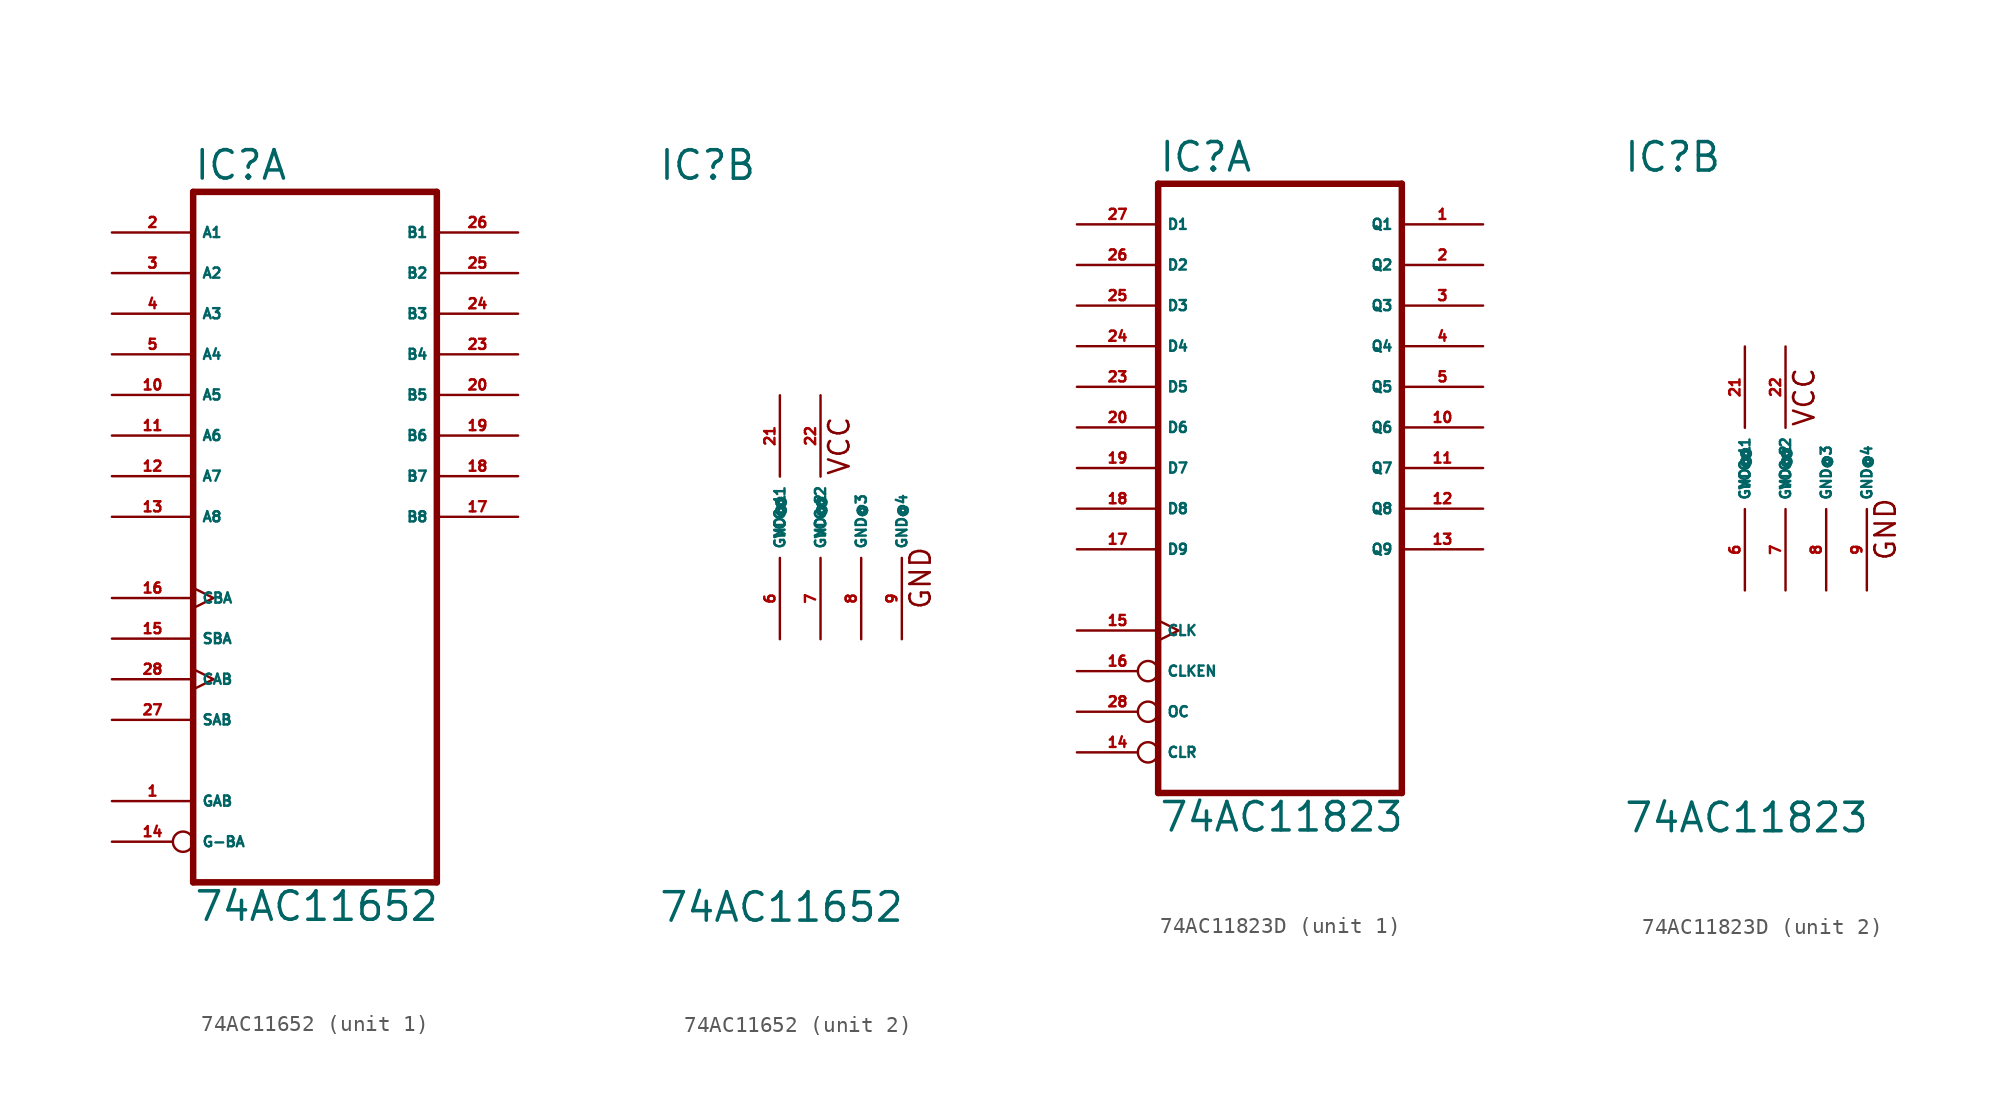
<source format=kicad_sym>
(kicad_symbol_lib
  (version 20220914)
  (generator Eagle2Kicad)
  (symbol "74AC11652"
    (property "Reference" "IC"
      (at -7.62 20.955 0)
      (effects (font (size 1.778 1.778) (thickness 0.22)) (justify left bottom)))
    (property "Value" "74AC11652"
      (at -7.62 -25.4 0)
      (effects (font (size 1.778 1.778) (thickness 0.22)) (justify left bottom)))
    (symbol "74AC11652_1_0"
      (polyline (pts (xy -7.62 -22.86) (xy 7.62 -22.86)) (stroke (width 0.406) (type default)) (fill (type none)))
      (polyline (pts (xy 7.62 20.32) (xy 7.62 -22.86)) (stroke (width 0.406) (type default)) (fill (type none)))
      (polyline (pts (xy 7.62 20.32) (xy -7.62 20.32)) (stroke (width 0.406) (type default)) (fill (type none)))
      (polyline (pts (xy -7.62 -22.86) (xy -7.62 20.32)) (stroke (width 0.406) (type default)) (fill (type none)))
      (pin bidirectional line (at -12.7 17.78 0) (length 5.08) (name "A1" (effects (font (size 0.635 0.635) (thickness 0.08)) (justify left bottom))) (number "2" (effects (font (size 0.635 0.635) (thickness 0.08)) (justify left bottom))))
      (pin bidirectional line (at -12.7 15.24 0) (length 5.08) (name "A2" (effects (font (size 0.635 0.635) (thickness 0.08)) (justify left bottom))) (number "3" (effects (font (size 0.635 0.635) (thickness 0.08)) (justify left bottom))))
      (pin bidirectional line (at -12.7 12.7 0) (length 5.08) (name "A3" (effects (font (size 0.635 0.635) (thickness 0.08)) (justify left bottom))) (number "4" (effects (font (size 0.635 0.635) (thickness 0.08)) (justify left bottom))))
      (pin bidirectional line (at -12.7 10.16 0) (length 5.08) (name "A4" (effects (font (size 0.635 0.635) (thickness 0.08)) (justify left bottom))) (number "5" (effects (font (size 0.635 0.635) (thickness 0.08)) (justify left bottom))))
      (pin bidirectional line (at -12.7 7.62 0) (length 5.08) (name "A5" (effects (font (size 0.635 0.635) (thickness 0.08)) (justify left bottom))) (number "10" (effects (font (size 0.635 0.635) (thickness 0.08)) (justify left bottom))))
      (pin bidirectional line (at -12.7 5.08 0) (length 5.08) (name "A6" (effects (font (size 0.635 0.635) (thickness 0.08)) (justify left bottom))) (number "11" (effects (font (size 0.635 0.635) (thickness 0.08)) (justify left bottom))))
      (pin bidirectional line (at -12.7 2.54 0) (length 5.08) (name "A7" (effects (font (size 0.635 0.635) (thickness 0.08)) (justify left bottom))) (number "12" (effects (font (size 0.635 0.635) (thickness 0.08)) (justify left bottom))))
      (pin bidirectional line (at -12.7 0 0) (length 5.08) (name "A8" (effects (font (size 0.635 0.635) (thickness 0.08)) (justify left bottom))) (number "13" (effects (font (size 0.635 0.635) (thickness 0.08)) (justify left bottom))))
      (pin bidirectional line (at 12.7 17.78 180) (length 5.08) (name "B1" (effects (font (size 0.635 0.635) (thickness 0.08)) (justify left bottom))) (number "26" (effects (font (size 0.635 0.635) (thickness 0.08)) (justify left bottom))))
      (pin bidirectional line (at 12.7 15.24 180) (length 5.08) (name "B2" (effects (font (size 0.635 0.635) (thickness 0.08)) (justify left bottom))) (number "25" (effects (font (size 0.635 0.635) (thickness 0.08)) (justify left bottom))))
      (pin bidirectional line (at 12.7 12.7 180) (length 5.08) (name "B3" (effects (font (size 0.635 0.635) (thickness 0.08)) (justify left bottom))) (number "24" (effects (font (size 0.635 0.635) (thickness 0.08)) (justify left bottom))))
      (pin bidirectional line (at 12.7 10.16 180) (length 5.08) (name "B4" (effects (font (size 0.635 0.635) (thickness 0.08)) (justify left bottom))) (number "23" (effects (font (size 0.635 0.635) (thickness 0.08)) (justify left bottom))))
      (pin bidirectional line (at 12.7 7.62 180) (length 5.08) (name "B5" (effects (font (size 0.635 0.635) (thickness 0.08)) (justify left bottom))) (number "20" (effects (font (size 0.635 0.635) (thickness 0.08)) (justify left bottom))))
      (pin bidirectional line (at 12.7 5.08 180) (length 5.08) (name "B6" (effects (font (size 0.635 0.635) (thickness 0.08)) (justify left bottom))) (number "19" (effects (font (size 0.635 0.635) (thickness 0.08)) (justify left bottom))))
      (pin bidirectional line (at 12.7 2.54 180) (length 5.08) (name "B7" (effects (font (size 0.635 0.635) (thickness 0.08)) (justify left bottom))) (number "18" (effects (font (size 0.635 0.635) (thickness 0.08)) (justify left bottom))))
      (pin bidirectional line (at 12.7 0 180) (length 5.08) (name "B8" (effects (font (size 0.635 0.635) (thickness 0.08)) (justify left bottom))) (number "17" (effects (font (size 0.635 0.635) (thickness 0.08)) (justify left bottom))))
      (pin input inverted (at -12.7 -20.32 0) (length 5.08) (name "G-BA" (effects (font (size 0.635 0.635) (thickness 0.08)) (justify left bottom))) (number "14" (effects (font (size 0.635 0.635) (thickness 0.08)) (justify left bottom))))
      (pin input line (at -12.7 -17.78 0) (length 5.08) (name "GAB" (effects (font (size 0.635 0.635) (thickness 0.08)) (justify left bottom))) (number "1" (effects (font (size 0.635 0.635) (thickness 0.08)) (justify left bottom))))
      (pin input clock (at -12.7 -5.08 0) (length 5.08) (name "CBA" (effects (font (size 0.635 0.635) (thickness 0.08)) (justify left bottom))) (number "16" (effects (font (size 0.635 0.635) (thickness 0.08)) (justify left bottom))))
      (pin input line (at -12.7 -7.62 0) (length 5.08) (name "SBA" (effects (font (size 0.635 0.635) (thickness 0.08)) (justify left bottom))) (number "15" (effects (font (size 0.635 0.635) (thickness 0.08)) (justify left bottom))))
      (pin input clock (at -12.7 -10.16 0) (length 5.08) (name "CAB" (effects (font (size 0.635 0.635) (thickness 0.08)) (justify left bottom))) (number "28" (effects (font (size 0.635 0.635) (thickness 0.08)) (justify left bottom))))
      (pin input line (at -12.7 -12.7 0) (length 5.08) (name "SAB" (effects (font (size 0.635 0.635) (thickness 0.08)) (justify left bottom))) (number "27" (effects (font (size 0.635 0.635) (thickness 0.08)) (justify left bottom)))))
    (symbol "74AC11652_2_0"
      (text "VCC" (at 4.445 2.54 900) (effects (font (size 1.27 1.27) (thickness 0.16)) (justify left bottom)))
      (text "GND" (at 9.525 -5.842 900) (effects (font (size 1.27 1.27) (thickness 0.16)) (justify left bottom)))
      (pin unspecified line (at 0 -7.62 90) (length 5.08) (name "GND@1" (effects (font (size 0.635 0.635) (thickness 0.08)) (justify left bottom))) (number "6" (effects (font (size 0.635 0.635) (thickness 0.08)) (justify left bottom))))
      (pin unspecified line (at 2.54 -7.62 90) (length 5.08) (name "GND@2" (effects (font (size 0.635 0.635) (thickness 0.08)) (justify left bottom))) (number "7" (effects (font (size 0.635 0.635) (thickness 0.08)) (justify left bottom))))
      (pin unspecified line (at 5.08 -7.62 90) (length 5.08) (name "GND@3" (effects (font (size 0.635 0.635) (thickness 0.08)) (justify left bottom))) (number "8" (effects (font (size 0.635 0.635) (thickness 0.08)) (justify left bottom))))
      (pin unspecified line (at 7.62 -7.62 90) (length 5.08) (name "GND@4" (effects (font (size 0.635 0.635) (thickness 0.08)) (justify left bottom))) (number "9" (effects (font (size 0.635 0.635) (thickness 0.08)) (justify left bottom))))
      (pin unspecified line (at 0 7.62 270) (length 5.08) (name "VCC@1" (effects (font (size 0.635 0.635) (thickness 0.08)) (justify left bottom))) (number "21" (effects (font (size 0.635 0.635) (thickness 0.08)) (justify left bottom))))
      (pin unspecified line (at 2.54 7.62 270) (length 5.08) (name "VCC@2" (effects (font (size 0.635 0.635) (thickness 0.08)) (justify left bottom))) (number "22" (effects (font (size 0.635 0.635) (thickness 0.08)) (justify left bottom))))))
  (symbol "74AC11823D"
    (property "Reference" "IC"
      (at -7.62 18.415 0)
      (effects (font (size 1.778 1.778) (thickness 0.22)) (justify left bottom)))
    (property "Value" "74AC11823"
      (at -7.62 -22.86 0)
      (effects (font (size 1.778 1.778) (thickness 0.22)) (justify left bottom)))
    (symbol "74AC11823D_1_0"
      (polyline (pts (xy -7.62 -20.32) (xy 7.62 -20.32)) (stroke (width 0.406) (type default)) (fill (type none)))
      (polyline (pts (xy 7.62 -20.32) (xy 7.62 17.78)) (stroke (width 0.406) (type default)) (fill (type none)))
      (polyline (pts (xy 7.62 17.78) (xy -7.62 17.78)) (stroke (width 0.406) (type default)) (fill (type none)))
      (polyline (pts (xy -7.62 17.78) (xy -7.62 -20.32)) (stroke (width 0.406) (type default)) (fill (type none)))
      (pin tri_state line (at 12.7 15.24 180) (length 5.08) (name "Q1" (effects (font (size 0.635 0.635) (thickness 0.08)) (justify left bottom))) (number "1" (effects (font (size 0.635 0.635) (thickness 0.08)) (justify left bottom))))
      (pin tri_state line (at 12.7 12.7 180) (length 5.08) (name "Q2" (effects (font (size 0.635 0.635) (thickness 0.08)) (justify left bottom))) (number "2" (effects (font (size 0.635 0.635) (thickness 0.08)) (justify left bottom))))
      (pin tri_state line (at 12.7 10.16 180) (length 5.08) (name "Q3" (effects (font (size 0.635 0.635) (thickness 0.08)) (justify left bottom))) (number "3" (effects (font (size 0.635 0.635) (thickness 0.08)) (justify left bottom))))
      (pin tri_state line (at 12.7 7.62 180) (length 5.08) (name "Q4" (effects (font (size 0.635 0.635) (thickness 0.08)) (justify left bottom))) (number "4" (effects (font (size 0.635 0.635) (thickness 0.08)) (justify left bottom))))
      (pin tri_state line (at 12.7 5.08 180) (length 5.08) (name "Q5" (effects (font (size 0.635 0.635) (thickness 0.08)) (justify left bottom))) (number "5" (effects (font (size 0.635 0.635) (thickness 0.08)) (justify left bottom))))
      (pin tri_state line (at 12.7 2.54 180) (length 5.08) (name "Q6" (effects (font (size 0.635 0.635) (thickness 0.08)) (justify left bottom))) (number "10" (effects (font (size 0.635 0.635) (thickness 0.08)) (justify left bottom))))
      (pin tri_state line (at 12.7 0 180) (length 5.08) (name "Q7" (effects (font (size 0.635 0.635) (thickness 0.08)) (justify left bottom))) (number "11" (effects (font (size 0.635 0.635) (thickness 0.08)) (justify left bottom))))
      (pin tri_state line (at 12.7 -2.54 180) (length 5.08) (name "Q8" (effects (font (size 0.635 0.635) (thickness 0.08)) (justify left bottom))) (number "12" (effects (font (size 0.635 0.635) (thickness 0.08)) (justify left bottom))))
      (pin tri_state line (at 12.7 -5.08 180) (length 5.08) (name "Q9" (effects (font (size 0.635 0.635) (thickness 0.08)) (justify left bottom))) (number "13" (effects (font (size 0.635 0.635) (thickness 0.08)) (justify left bottom))))
      (pin input inverted (at -12.7 -17.78 0) (length 5.08) (name "CLR" (effects (font (size 0.635 0.635) (thickness 0.08)) (justify left bottom))) (number "14" (effects (font (size 0.635 0.635) (thickness 0.08)) (justify left bottom))))
      (pin input clock (at -12.7 -10.16 0) (length 5.08) (name "CLK" (effects (font (size 0.635 0.635) (thickness 0.08)) (justify left bottom))) (number "15" (effects (font (size 0.635 0.635) (thickness 0.08)) (justify left bottom))))
      (pin input inverted (at -12.7 -12.7 0) (length 5.08) (name "CLKEN" (effects (font (size 0.635 0.635) (thickness 0.08)) (justify left bottom))) (number "16" (effects (font (size 0.635 0.635) (thickness 0.08)) (justify left bottom))))
      (pin input line (at -12.7 -5.08 0) (length 5.08) (name "D9" (effects (font (size 0.635 0.635) (thickness 0.08)) (justify left bottom))) (number "17" (effects (font (size 0.635 0.635) (thickness 0.08)) (justify left bottom))))
      (pin input line (at -12.7 -2.54 0) (length 5.08) (name "D8" (effects (font (size 0.635 0.635) (thickness 0.08)) (justify left bottom))) (number "18" (effects (font (size 0.635 0.635) (thickness 0.08)) (justify left bottom))))
      (pin input line (at -12.7 0 0) (length 5.08) (name "D7" (effects (font (size 0.635 0.635) (thickness 0.08)) (justify left bottom))) (number "19" (effects (font (size 0.635 0.635) (thickness 0.08)) (justify left bottom))))
      (pin input line (at -12.7 2.54 0) (length 5.08) (name "D6" (effects (font (size 0.635 0.635) (thickness 0.08)) (justify left bottom))) (number "20" (effects (font (size 0.635 0.635) (thickness 0.08)) (justify left bottom))))
      (pin input line (at -12.7 5.08 0) (length 5.08) (name "D5" (effects (font (size 0.635 0.635) (thickness 0.08)) (justify left bottom))) (number "23" (effects (font (size 0.635 0.635) (thickness 0.08)) (justify left bottom))))
      (pin input line (at -12.7 7.62 0) (length 5.08) (name "D4" (effects (font (size 0.635 0.635) (thickness 0.08)) (justify left bottom))) (number "24" (effects (font (size 0.635 0.635) (thickness 0.08)) (justify left bottom))))
      (pin input line (at -12.7 10.16 0) (length 5.08) (name "D3" (effects (font (size 0.635 0.635) (thickness 0.08)) (justify left bottom))) (number "25" (effects (font (size 0.635 0.635) (thickness 0.08)) (justify left bottom))))
      (pin input line (at -12.7 12.7 0) (length 5.08) (name "D2" (effects (font (size 0.635 0.635) (thickness 0.08)) (justify left bottom))) (number "26" (effects (font (size 0.635 0.635) (thickness 0.08)) (justify left bottom))))
      (pin input line (at -12.7 15.24 0) (length 5.08) (name "D1" (effects (font (size 0.635 0.635) (thickness 0.08)) (justify left bottom))) (number "27" (effects (font (size 0.635 0.635) (thickness 0.08)) (justify left bottom))))
      (pin input inverted (at -12.7 -15.24 0) (length 5.08) (name "OC" (effects (font (size 0.635 0.635) (thickness 0.08)) (justify left bottom))) (number "28" (effects (font (size 0.635 0.635) (thickness 0.08)) (justify left bottom)))))
    (symbol "74AC11823D_2_0"
      (text "VCC" (at 4.445 2.54 900) (effects (font (size 1.27 1.27) (thickness 0.16)) (justify left bottom)))
      (text "GND" (at 9.525 -5.842 900) (effects (font (size 1.27 1.27) (thickness 0.16)) (justify left bottom)))
      (pin unspecified line (at 0 -7.62 90) (length 5.08) (name "GND@1" (effects (font (size 0.635 0.635) (thickness 0.08)) (justify left bottom))) (number "6" (effects (font (size 0.635 0.635) (thickness 0.08)) (justify left bottom))))
      (pin unspecified line (at 2.54 -7.62 90) (length 5.08) (name "GND@2" (effects (font (size 0.635 0.635) (thickness 0.08)) (justify left bottom))) (number "7" (effects (font (size 0.635 0.635) (thickness 0.08)) (justify left bottom))))
      (pin unspecified line (at 5.08 -7.62 90) (length 5.08) (name "GND@3" (effects (font (size 0.635 0.635) (thickness 0.08)) (justify left bottom))) (number "8" (effects (font (size 0.635 0.635) (thickness 0.08)) (justify left bottom))))
      (pin unspecified line (at 7.62 -7.62 90) (length 5.08) (name "GND@4" (effects (font (size 0.635 0.635) (thickness 0.08)) (justify left bottom))) (number "9" (effects (font (size 0.635 0.635) (thickness 0.08)) (justify left bottom))))
      (pin unspecified line (at 0 7.62 270) (length 5.08) (name "VCC@1" (effects (font (size 0.635 0.635) (thickness 0.08)) (justify left bottom))) (number "21" (effects (font (size 0.635 0.635) (thickness 0.08)) (justify left bottom))))
      (pin unspecified line (at 2.54 7.62 270) (length 5.08) (name "VCC@2" (effects (font (size 0.635 0.635) (thickness 0.08)) (justify left bottom))) (number "22" (effects (font (size 0.635 0.635) (thickness 0.08)) (justify left bottom)))))))
</source>
